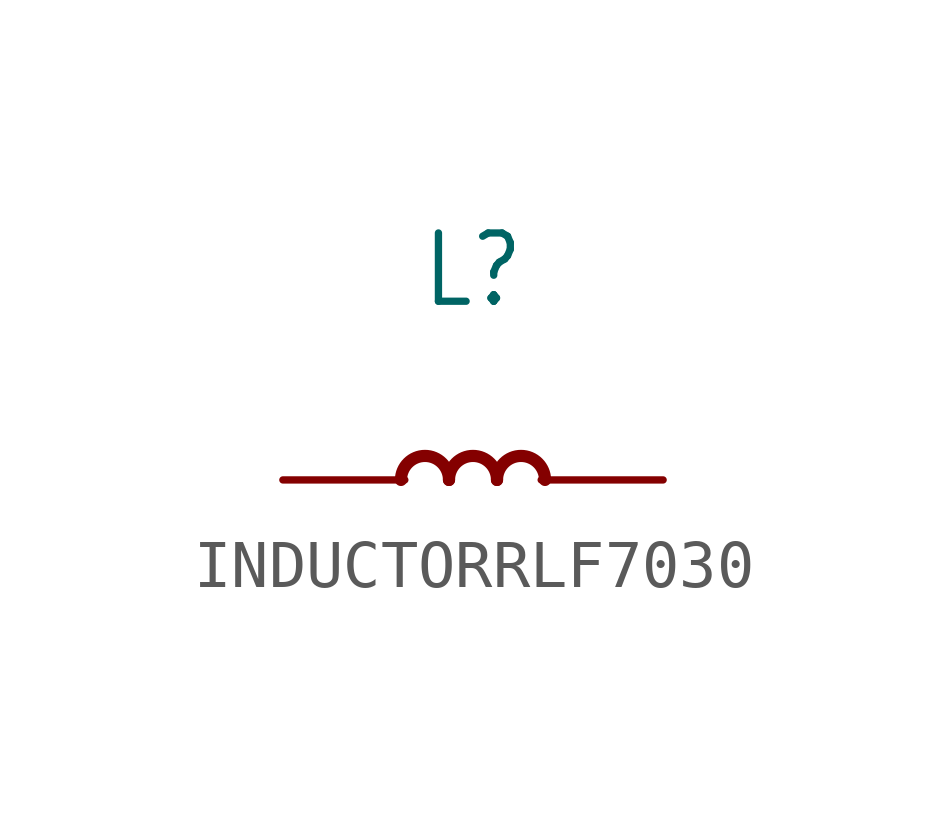
<source format=kicad_sym>
(kicad_symbol_lib
  (version 20241209)
  (generator "kicad_symbol_editor")
  (generator_version "9.0")
  (symbol "INDUCTORRLF7030"
    (property "Reference" "L"
      (at 0 3.54 0)
      (effects (font (size 1.422 1.209)) (justify bottom)))
    (property "Value" ""
      (at 0 1 0)
      (effects (font (size 1.422 1.209)) (justify bottom)))
    (property "ki_locked" ""
      (at 0 0 0)
      (effects (font (size 1.27 1.27))))
    (symbol "INDUCTORRLF7030_1_0"
      (arc (start -1.5 0) (mid -1 0.5) (end -0.5 0) (stroke (width 0.254) (type solid)) (fill (type none)))
      (arc (start -0.5 0) (mid 0 0.5) (end 0.5 0) (stroke (width 0.254) (type solid)) (fill (type none)))
      (arc (start 0.5 0) (mid 1 0.5) (end 1.5 0) (stroke (width 0.254) (type solid)) (fill (type none)))
      (pin bidirectional line (at -3.96 0 0) (length 2.54) (name "P$1" (effects (font (size 0 0)))) (number "1" (effects (font (size 0 0)))))
      (pin bidirectional line (at 3.96 0 180) (length 2.54) (name "P$2" (effects (font (size 0 0)))) (number "2" (effects (font (size 0 0))))))))
</source>
